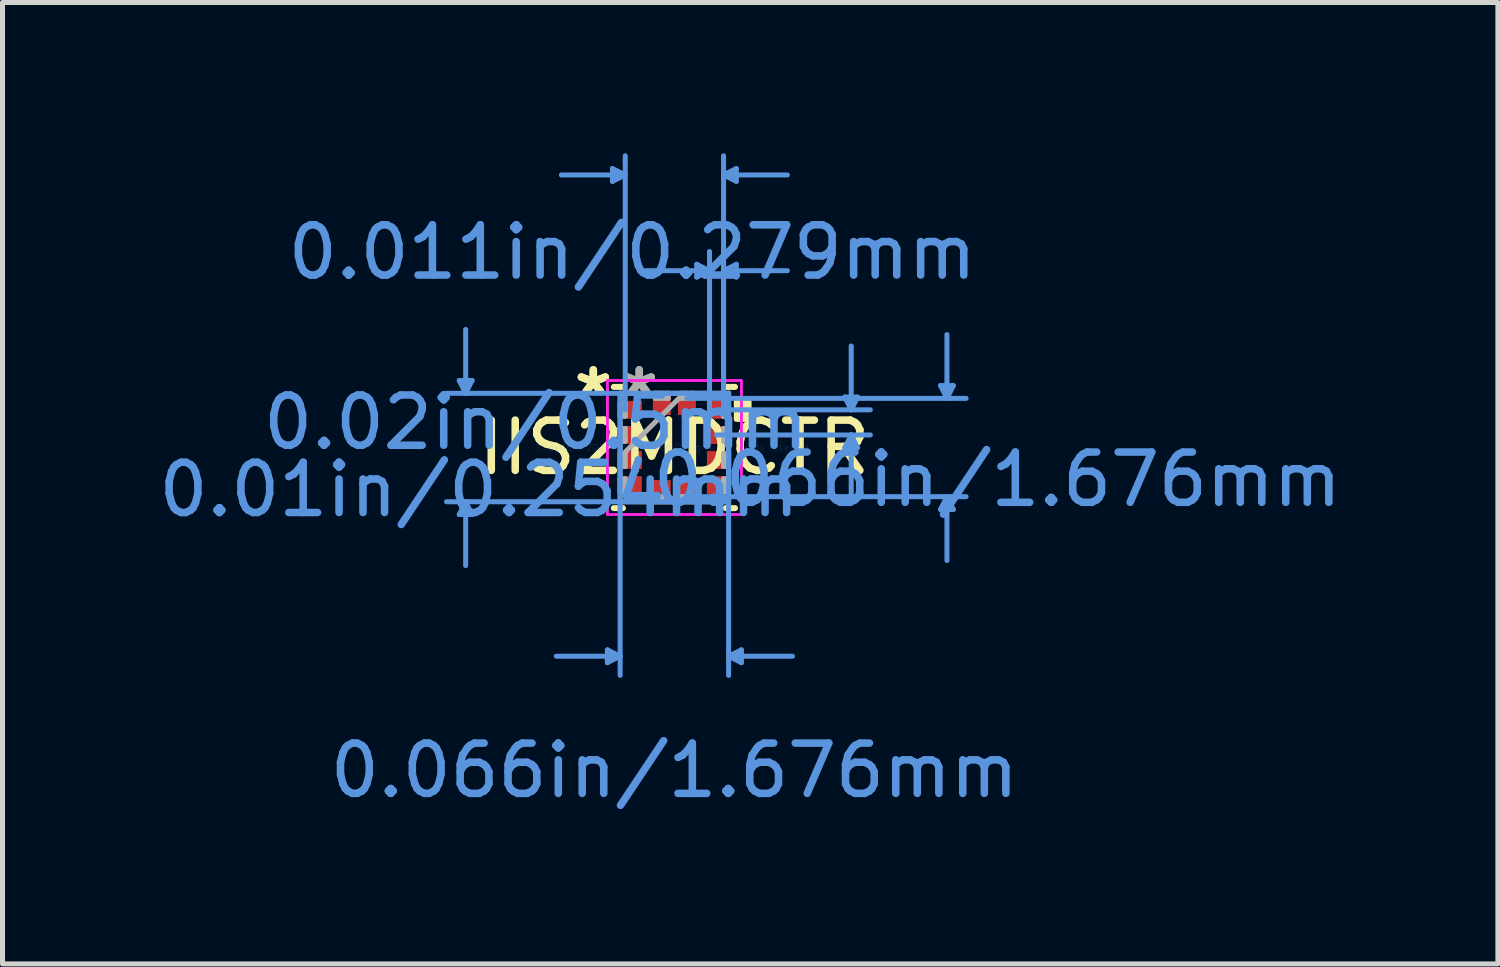
<source format=kicad_pcb>
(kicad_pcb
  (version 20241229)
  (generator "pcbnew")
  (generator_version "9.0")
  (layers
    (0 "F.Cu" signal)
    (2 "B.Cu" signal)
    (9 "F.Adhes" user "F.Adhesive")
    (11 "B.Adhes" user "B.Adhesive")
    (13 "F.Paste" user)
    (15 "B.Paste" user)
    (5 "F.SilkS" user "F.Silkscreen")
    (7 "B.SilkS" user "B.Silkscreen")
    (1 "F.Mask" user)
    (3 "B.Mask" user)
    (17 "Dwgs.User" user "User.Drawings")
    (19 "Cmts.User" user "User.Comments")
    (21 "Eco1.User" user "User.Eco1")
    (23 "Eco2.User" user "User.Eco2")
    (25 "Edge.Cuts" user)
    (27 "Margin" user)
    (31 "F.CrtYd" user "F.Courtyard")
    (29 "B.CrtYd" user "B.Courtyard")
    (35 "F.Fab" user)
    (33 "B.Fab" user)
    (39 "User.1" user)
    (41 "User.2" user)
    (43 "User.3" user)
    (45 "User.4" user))
  (footprint "IIS2MDCTR"
    (layer "F.Cu")
    (at 10.368 5.854)
    (property "Reference" "IIS2MDCTR" (at 0 0 0) (layer "F.SilkS") (effects (font (size 1 1) (thickness 0.15))))
    (attr through_hole)
    (fp_line (start -1.206 1.206) (end -1.024 1.206) (stroke (width 0.12) (type solid)) (layer "F.SilkS"))
    (fp_line (start -1.024 -1.206) (end -1.206 -1.206) (stroke (width 0.12) (type solid)) (layer "F.SilkS"))
    (fp_line (start 1.024 1.206) (end 1.206 1.206) (stroke (width 0.12) (type solid)) (layer "F.SilkS"))
    (fp_line (start 1.206 -1.206) (end 1.024 -1.206) (stroke (width 0.12) (type solid)) (layer "F.SilkS"))
    (fp_poly (pts (xy 1.486 -0.941) (xy 1.486 -0.56) (xy 1.232 -0.56) (xy 1.232 -0.941)) (stroke (width 0.1) (type solid)) (fill yes) (layer "F.SilkS"))
    (fp_line (start -4.28 -1.333) (end -4.026 -1.333) (stroke (width 0.1) (type solid)) (layer "Cmts.User"))
    (fp_line (start -4.28 1.333) (end -4.026 1.333) (stroke (width 0.1) (type solid)) (layer "Cmts.User"))
    (fp_line (start -4.153 -1.079) (end -4.28 -1.333) (stroke (width 0.1) (type solid)) (layer "Cmts.User"))
    (fp_line (start -4.153 -1.079) (end -4.153 -2.349) (stroke (width 0.1) (type solid)) (layer "Cmts.User"))
    (fp_line (start -4.153 -1.079) (end -4.026 -1.333) (stroke (width 0.1) (type solid)) (layer "Cmts.User"))
    (fp_line (start -4.153 1.079) (end -4.28 1.333) (stroke (width 0.1) (type solid)) (layer "Cmts.User"))
    (fp_line (start -4.153 1.079) (end -4.153 2.349) (stroke (width 0.1) (type solid)) (layer "Cmts.User"))
    (fp_line (start -4.153 1.079) (end -4.026 1.333) (stroke (width 0.1) (type solid)) (layer "Cmts.User"))
    (fp_line (start -1.333 4.026) (end -1.333 4.28) (stroke (width 0.1) (type solid)) (layer "Cmts.User"))
    (fp_line (start -1.232 -5.55) (end -1.232 -5.296) (stroke (width 0.1) (type solid)) (layer "Cmts.User"))
    (fp_line (start -1.079 -1.079) (end -1.079 4.534) (stroke (width 0.1) (type solid)) (layer "Cmts.User"))
    (fp_line (start -1.079 4.153) (end -2.349 4.153) (stroke (width 0.1) (type solid)) (layer "Cmts.User"))
    (fp_line (start -1.079 4.153) (end -1.333 4.026) (stroke (width 0.1) (type solid)) (layer "Cmts.User"))
    (fp_line (start -1.079 4.153) (end -1.333 4.28) (stroke (width 0.1) (type solid)) (layer "Cmts.User"))
    (fp_line (start -0.978 -5.423) (end -2.248 -5.423) (stroke (width 0.1) (type solid)) (layer "Cmts.User"))
    (fp_line (start -0.978 -5.423) (end -1.232 -5.55) (stroke (width 0.1) (type solid)) (layer "Cmts.User"))
    (fp_line (start -0.978 -5.423) (end -1.232 -5.296) (stroke (width 0.1) (type solid)) (layer "Cmts.User"))
    (fp_line (start -0.978 -0.75) (end -0.978 -5.804) (stroke (width 0.1) (type solid)) (layer "Cmts.User"))
    (fp_line (start 0.25 -0.978) (end 5.804 -0.978) (stroke (width 0.1) (type solid)) (layer "Cmts.User"))
    (fp_line (start 0.25 0.978) (end 5.804 0.978) (stroke (width 0.1) (type solid)) (layer "Cmts.User"))
    (fp_line (start 0.445 -3.645) (end 0.445 -3.391) (stroke (width 0.1) (type solid)) (layer "Cmts.User"))
    (fp_line (start 0.699 -3.518) (end -0.572 -3.518) (stroke (width 0.1) (type solid)) (layer "Cmts.User"))
    (fp_line (start 0.699 -3.518) (end 0.445 -3.645) (stroke (width 0.1) (type solid)) (layer "Cmts.User"))
    (fp_line (start 0.699 -3.518) (end 0.445 -3.391) (stroke (width 0.1) (type solid)) (layer "Cmts.User"))
    (fp_line (start 0.699 -0.75) (end 0.699 -3.899) (stroke (width 0.1) (type solid)) (layer "Cmts.User"))
    (fp_line (start 0.838 -0.75) (end 3.899 -0.75) (stroke (width 0.1) (type solid)) (layer "Cmts.User"))
    (fp_line (start 0.838 -0.25) (end 3.899 -0.25) (stroke (width 0.1) (type solid)) (layer "Cmts.User"))
    (fp_line (start 0.978 -5.423) (end 1.232 -5.55) (stroke (width 0.1) (type solid)) (layer "Cmts.User"))
    (fp_line (start 0.978 -5.423) (end 1.232 -5.296) (stroke (width 0.1) (type solid)) (layer "Cmts.User"))
    (fp_line (start 0.978 -5.423) (end 2.248 -5.423) (stroke (width 0.1) (type solid)) (layer "Cmts.User"))
    (fp_line (start 0.978 -3.518) (end 1.232 -3.645) (stroke (width 0.1) (type solid)) (layer "Cmts.User"))
    (fp_line (start 0.978 -3.518) (end 1.232 -3.391) (stroke (width 0.1) (type solid)) (layer "Cmts.User"))
    (fp_line (start 0.978 -3.518) (end 2.248 -3.518) (stroke (width 0.1) (type solid)) (layer "Cmts.User"))
    (fp_line (start 0.978 -0.75) (end 0.978 -5.804) (stroke (width 0.1) (type solid)) (layer "Cmts.User"))
    (fp_line (start 0.978 -0.75) (end 0.978 -3.899) (stroke (width 0.1) (type solid)) (layer "Cmts.User"))
    (fp_line (start 1.079 -1.079) (end -4.534 -1.079) (stroke (width 0.1) (type solid)) (layer "Cmts.User"))
    (fp_line (start 1.079 -1.079) (end 1.079 4.534) (stroke (width 0.1) (type solid)) (layer "Cmts.User"))
    (fp_line (start 1.079 1.079) (end -4.534 1.079) (stroke (width 0.1) (type solid)) (layer "Cmts.User"))
    (fp_line (start 1.079 4.153) (end 1.333 4.026) (stroke (width 0.1) (type solid)) (layer "Cmts.User"))
    (fp_line (start 1.079 4.153) (end 1.333 4.28) (stroke (width 0.1) (type solid)) (layer "Cmts.User"))
    (fp_line (start 1.079 4.153) (end 2.349 4.153) (stroke (width 0.1) (type solid)) (layer "Cmts.User"))
    (fp_line (start 1.232 -5.55) (end 1.232 -5.296) (stroke (width 0.1) (type solid)) (layer "Cmts.User"))
    (fp_line (start 1.232 -3.645) (end 1.232 -3.391) (stroke (width 0.1) (type solid)) (layer "Cmts.User"))
    (fp_line (start 1.333 4.026) (end 1.333 4.28) (stroke (width 0.1) (type solid)) (layer "Cmts.User"))
    (fp_line (start 3.391 -1.004) (end 3.645 -1.004) (stroke (width 0.1) (type solid)) (layer "Cmts.User"))
    (fp_line (start 3.391 0.004) (end 3.645 0.004) (stroke (width 0.1) (type solid)) (layer "Cmts.User"))
    (fp_line (start 3.518 -0.75) (end 3.391 -1.004) (stroke (width 0.1) (type solid)) (layer "Cmts.User"))
    (fp_line (start 3.518 -0.75) (end 3.518 -2.02) (stroke (width 0.1) (type solid)) (layer "Cmts.User"))
    (fp_line (start 3.518 -0.75) (end 3.645 -1.004) (stroke (width 0.1) (type solid)) (layer "Cmts.User"))
    (fp_line (start 3.518 -0.25) (end 3.391 0.004) (stroke (width 0.1) (type solid)) (layer "Cmts.User"))
    (fp_line (start 3.518 -0.25) (end 3.518 1.02) (stroke (width 0.1) (type solid)) (layer "Cmts.User"))
    (fp_line (start 3.518 -0.25) (end 3.645 0.004) (stroke (width 0.1) (type solid)) (layer "Cmts.User"))
    (fp_line (start 5.296 -1.232) (end 5.55 -1.232) (stroke (width 0.1) (type solid)) (layer "Cmts.User"))
    (fp_line (start 5.296 1.232) (end 5.55 1.232) (stroke (width 0.1) (type solid)) (layer "Cmts.User"))
    (fp_line (start 5.423 -0.978) (end 5.296 -1.232) (stroke (width 0.1) (type solid)) (layer "Cmts.User"))
    (fp_line (start 5.423 -0.978) (end 5.423 -2.248) (stroke (width 0.1) (type solid)) (layer "Cmts.User"))
    (fp_line (start 5.423 -0.978) (end 5.55 -1.232) (stroke (width 0.1) (type solid)) (layer "Cmts.User"))
    (fp_line (start 5.423 0.978) (end 5.296 1.232) (stroke (width 0.1) (type solid)) (layer "Cmts.User"))
    (fp_line (start 5.423 0.978) (end 5.423 2.248) (stroke (width 0.1) (type solid)) (layer "Cmts.User"))
    (fp_line (start 5.423 0.978) (end 5.55 1.232) (stroke (width 0.1) (type solid)) (layer "Cmts.User"))
    (fp_line (start -1.333 -1.333) (end -0.631 -1.333) (stroke (width 0.05) (type solid)) (layer "F.CrtYd"))
    (fp_line (start -1.333 -1.333) (end -0.631 -1.333) (stroke (width 0.05) (type solid)) (layer "F.CrtYd"))
    (fp_line (start -1.333 -1.131) (end -1.333 -1.333) (stroke (width 0.05) (type solid)) (layer "F.CrtYd"))
    (fp_line (start -1.333 -1.131) (end -1.333 -1.333) (stroke (width 0.05) (type solid)) (layer "F.CrtYd"))
    (fp_line (start -1.333 -1.131) (end -1.333 -1.131) (stroke (width 0.05) (type solid)) (layer "F.CrtYd"))
    (fp_line (start -1.333 -1.131) (end -1.333 -1.131) (stroke (width 0.05) (type solid)) (layer "F.CrtYd"))
    (fp_line (start -1.333 1.131) (end -1.333 -1.131) (stroke (width 0.05) (type solid)) (layer "F.CrtYd"))
    (fp_line (start -1.333 1.131) (end -1.333 -1.131) (stroke (width 0.05) (type solid)) (layer "F.CrtYd"))
    (fp_line (start -1.333 1.131) (end -1.333 1.131) (stroke (width 0.05) (type solid)) (layer "F.CrtYd"))
    (fp_line (start -1.333 1.131) (end -1.333 1.131) (stroke (width 0.05) (type solid)) (layer "F.CrtYd"))
    (fp_line (start -1.333 1.333) (end -1.333 1.131) (stroke (width 0.05) (type solid)) (layer "F.CrtYd"))
    (fp_line (start -1.333 1.333) (end -1.333 1.131) (stroke (width 0.05) (type solid)) (layer "F.CrtYd"))
    (fp_line (start -0.631 -1.333) (end -0.631 -1.333) (stroke (width 0.05) (type solid)) (layer "F.CrtYd"))
    (fp_line (start -0.631 -1.333) (end -0.631 -1.333) (stroke (width 0.05) (type solid)) (layer "F.CrtYd"))
    (fp_line (start -0.631 -1.333) (end 0.631 -1.333) (stroke (width 0.05) (type solid)) (layer "F.CrtYd"))
    (fp_line (start -0.631 -1.333) (end 0.631 -1.333) (stroke (width 0.05) (type solid)) (layer "F.CrtYd"))
    (fp_line (start -0.631 1.333) (end -1.333 1.333) (stroke (width 0.05) (type solid)) (layer "F.CrtYd"))
    (fp_line (start -0.631 1.333) (end -1.333 1.333) (stroke (width 0.05) (type solid)) (layer "F.CrtYd"))
    (fp_line (start -0.631 1.333) (end -0.631 1.333) (stroke (width 0.05) (type solid)) (layer "F.CrtYd"))
    (fp_line (start -0.631 1.333) (end -0.631 1.333) (stroke (width 0.05) (type solid)) (layer "F.CrtYd"))
    (fp_line (start 0.631 -1.333) (end 0.631 -1.333) (stroke (width 0.05) (type solid)) (layer "F.CrtYd"))
    (fp_line (start 0.631 -1.333) (end 0.631 -1.333) (stroke (width 0.05) (type solid)) (layer "F.CrtYd"))
    (fp_line (start 0.631 -1.333) (end 1.333 -1.333) (stroke (width 0.05) (type solid)) (layer "F.CrtYd"))
    (fp_line (start 0.631 -1.333) (end 1.333 -1.333) (stroke (width 0.05) (type solid)) (layer "F.CrtYd"))
    (fp_line (start 0.631 1.333) (end -0.631 1.333) (stroke (width 0.05) (type solid)) (layer "F.CrtYd"))
    (fp_line (start 0.631 1.333) (end -0.631 1.333) (stroke (width 0.05) (type solid)) (layer "F.CrtYd"))
    (fp_line (start 0.631 1.333) (end 0.631 1.333) (stroke (width 0.05) (type solid)) (layer "F.CrtYd"))
    (fp_line (start 0.631 1.333) (end 0.631 1.333) (stroke (width 0.05) (type solid)) (layer "F.CrtYd"))
    (fp_line (start 1.333 -1.333) (end 1.333 -1.131) (stroke (width 0.05) (type solid)) (layer "F.CrtYd"))
    (fp_line (start 1.333 -1.333) (end 1.333 -1.131) (stroke (width 0.05) (type solid)) (layer "F.CrtYd"))
    (fp_line (start 1.333 -1.131) (end 1.333 -1.131) (stroke (width 0.05) (type solid)) (layer "F.CrtYd"))
    (fp_line (start 1.333 -1.131) (end 1.333 -1.131) (stroke (width 0.05) (type solid)) (layer "F.CrtYd"))
    (fp_line (start 1.333 -1.131) (end 1.333 1.131) (stroke (width 0.05) (type solid)) (layer "F.CrtYd"))
    (fp_line (start 1.333 -1.131) (end 1.333 1.131) (stroke (width 0.05) (type solid)) (layer "F.CrtYd"))
    (fp_line (start 1.333 1.131) (end 1.333 1.131) (stroke (width 0.05) (type solid)) (layer "F.CrtYd"))
    (fp_line (start 1.333 1.131) (end 1.333 1.131) (stroke (width 0.05) (type solid)) (layer "F.CrtYd"))
    (fp_line (start 1.333 1.131) (end 1.333 1.333) (stroke (width 0.05) (type solid)) (layer "F.CrtYd"))
    (fp_line (start 1.333 1.131) (end 1.333 1.333) (stroke (width 0.05) (type solid)) (layer "F.CrtYd"))
    (fp_line (start 1.333 1.333) (end 0.631 1.333) (stroke (width 0.05) (type solid)) (layer "F.CrtYd"))
    (fp_line (start 1.333 1.333) (end 0.631 1.333) (stroke (width 0.05) (type solid)) (layer "F.CrtYd"))
    (fp_line (start -1.079 -1.079) (end -1.079 -1.079) (stroke (width 0.1) (type solid)) (layer "F.Fab"))
    (fp_line (start -1.079 -1.079) (end -1.079 1.079) (stroke (width 0.1) (type solid)) (layer "F.Fab"))
    (fp_line (start -1.079 -0.877) (end -0.978 -0.877) (stroke (width 0.1) (type solid)) (layer "F.Fab"))
    (fp_line (start -1.079 -0.623) (end -1.079 -0.877) (stroke (width 0.1) (type solid)) (layer "F.Fab"))
    (fp_line (start -1.079 -0.377) (end -0.978 -0.377) (stroke (width 0.1) (type solid)) (layer "F.Fab"))
    (fp_line (start -1.079 -0.123) (end -1.079 -0.377) (stroke (width 0.1) (type solid)) (layer "F.Fab"))
    (fp_line (start -1.079 0.123) (end -0.978 0.123) (stroke (width 0.1) (type solid)) (layer "F.Fab"))
    (fp_line (start -1.079 0.191) (end 0.191 -1.079) (stroke (width 0.1) (type solid)) (layer "F.Fab"))
    (fp_line (start -1.079 0.377) (end -1.079 0.123) (stroke (width 0.1) (type solid)) (layer "F.Fab"))
    (fp_line (start -1.079 0.623) (end -0.978 0.623) (stroke (width 0.1) (type solid)) (layer "F.Fab"))
    (fp_line (start -1.079 0.877) (end -1.079 0.623) (stroke (width 0.1) (type solid)) (layer "F.Fab"))
    (fp_line (start -1.079 1.079) (end -1.079 1.079) (stroke (width 0.1) (type solid)) (layer "F.Fab"))
    (fp_line (start -1.079 1.079) (end 1.079 1.079) (stroke (width 0.1) (type solid)) (layer "F.Fab"))
    (fp_line (start -0.978 -0.877) (end -0.978 -0.623) (stroke (width 0.1) (type solid)) (layer "F.Fab"))
    (fp_line (start -0.978 -0.623) (end -1.079 -0.623) (stroke (width 0.1) (type solid)) (layer "F.Fab"))
    (fp_line (start -0.978 -0.377) (end -0.978 -0.123) (stroke (width 0.1) (type solid)) (layer "F.Fab"))
    (fp_line (start -0.978 -0.123) (end -1.079 -0.123) (stroke (width 0.1) (type solid)) (layer "F.Fab"))
    (fp_line (start -0.978 0.123) (end -0.978 0.377) (stroke (width 0.1) (type solid)) (layer "F.Fab"))
    (fp_line (start -0.978 0.377) (end -1.079 0.377) (stroke (width 0.1) (type solid)) (layer "F.Fab"))
    (fp_line (start -0.978 0.623) (end -0.978 0.877) (stroke (width 0.1) (type solid)) (layer "F.Fab"))
    (fp_line (start -0.978 0.877) (end -1.079 0.877) (stroke (width 0.1) (type solid)) (layer "F.Fab"))
    (fp_line (start -0.377 -1.079) (end -0.123 -1.079) (stroke (width 0.1) (type solid)) (layer "F.Fab"))
    (fp_line (start -0.377 -0.978) (end -0.377 -1.079) (stroke (width 0.1) (type solid)) (layer "F.Fab"))
    (fp_line (start -0.377 0.978) (end -0.123 0.978) (stroke (width 0.1) (type solid)) (layer "F.Fab"))
    (fp_line (start -0.377 1.079) (end -0.377 0.978) (stroke (width 0.1) (type solid)) (layer "F.Fab"))
    (fp_line (start -0.123 -1.079) (end -0.123 -0.978) (stroke (width 0.1) (type solid)) (layer "F.Fab"))
    (fp_line (start -0.123 -0.978) (end -0.377 -0.978) (stroke (width 0.1) (type solid)) (layer "F.Fab"))
    (fp_line (start -0.123 0.978) (end -0.123 1.079) (stroke (width 0.1) (type solid)) (layer "F.Fab"))
    (fp_line (start -0.123 1.079) (end -0.377 1.079) (stroke (width 0.1) (type solid)) (layer "F.Fab"))
    (fp_line (start 0.123 -1.079) (end 0.377 -1.079) (stroke (width 0.1) (type solid)) (layer "F.Fab"))
    (fp_line (start 0.123 -0.978) (end 0.123 -1.079) (stroke (width 0.1) (type solid)) (layer "F.Fab"))
    (fp_line (start 0.123 0.978) (end 0.377 0.978) (stroke (width 0.1) (type solid)) (layer "F.Fab"))
    (fp_line (start 0.123 1.079) (end 0.123 0.978) (stroke (width 0.1) (type solid)) (layer "F.Fab"))
    (fp_line (start 0.377 -1.079) (end 0.377 -0.978) (stroke (width 0.1) (type solid)) (layer "F.Fab"))
    (fp_line (start 0.377 -0.978) (end 0.123 -0.978) (stroke (width 0.1) (type solid)) (layer "F.Fab"))
    (fp_line (start 0.377 0.978) (end 0.377 1.079) (stroke (width 0.1) (type solid)) (layer "F.Fab"))
    (fp_line (start 0.377 1.079) (end 0.123 1.079) (stroke (width 0.1) (type solid)) (layer "F.Fab"))
    (fp_line (start 0.978 -0.877) (end 1.079 -0.877) (stroke (width 0.1) (type solid)) (layer "F.Fab"))
    (fp_line (start 0.978 -0.623) (end 0.978 -0.877) (stroke (width 0.1) (type solid)) (layer "F.Fab"))
    (fp_line (start 0.978 -0.377) (end 1.079 -0.377) (stroke (width 0.1) (type solid)) (layer "F.Fab"))
    (fp_line (start 0.978 -0.123) (end 0.978 -0.377) (stroke (width 0.1) (type solid)) (layer "F.Fab"))
    (fp_line (start 0.978 0.123) (end 1.079 0.123) (stroke (width 0.1) (type solid)) (layer "F.Fab"))
    (fp_line (start 0.978 0.377) (end 0.978 0.123) (stroke (width 0.1) (type solid)) (layer "F.Fab"))
    (fp_line (start 0.978 0.623) (end 1.079 0.623) (stroke (width 0.1) (type solid)) (layer "F.Fab"))
    (fp_line (start 0.978 0.877) (end 0.978 0.623) (stroke (width 0.1) (type solid)) (layer "F.Fab"))
    (fp_line (start 1.079 -1.079) (end -1.079 -1.079) (stroke (width 0.1) (type solid)) (layer "F.Fab"))
    (fp_line (start 1.079 -1.079) (end 1.079 -1.079) (stroke (width 0.1) (type solid)) (layer "F.Fab"))
    (fp_line (start 1.079 -0.877) (end 1.079 -0.623) (stroke (width 0.1) (type solid)) (layer "F.Fab"))
    (fp_line (start 1.079 -0.623) (end 0.978 -0.623) (stroke (width 0.1) (type solid)) (layer "F.Fab"))
    (fp_line (start 1.079 -0.377) (end 1.079 -0.123) (stroke (width 0.1) (type solid)) (layer "F.Fab"))
    (fp_line (start 1.079 -0.123) (end 0.978 -0.123) (stroke (width 0.1) (type solid)) (layer "F.Fab"))
    (fp_line (start 1.079 0.123) (end 1.079 0.377) (stroke (width 0.1) (type solid)) (layer "F.Fab"))
    (fp_line (start 1.079 0.377) (end 0.978 0.377) (stroke (width 0.1) (type solid)) (layer "F.Fab"))
    (fp_line (start 1.079 0.623) (end 1.079 0.877) (stroke (width 0.1) (type solid)) (layer "F.Fab"))
    (fp_line (start 1.079 0.877) (end 0.978 0.877) (stroke (width 0.1) (type solid)) (layer "F.Fab"))
    (fp_line (start 1.079 1.079) (end 1.079 -1.079) (stroke (width 0.1) (type solid)) (layer "F.Fab"))
    (fp_line (start 1.079 1.079) (end 1.079 1.079) (stroke (width 0.1) (type solid)) (layer "F.Fab"))
    (fp_text user "*" (at -1.613 -1 0) (layer "F.SilkS") (effects (font (size 1 1) (thickness 0.15))))
    (fp_text user "*" (at -1.613 -1 0) (layer "F.SilkS") (effects (font (size 1 1) (thickness 0.15))))
    (fp_text user "0.066in/1.676mm" (at 6.426 0.635 0) (layer "Cmts.User") (effects (font (size 1 1) (thickness 0.15))))
    (fp_text user "Copyright 2021 Accelerated Designs. All rights reserved." (at 0 0 0) (layer "Cmts.User") (effects (font (size 0.127 0.127) (thickness 0.002))))
    (fp_text user "0.011in/0.279mm" (at -0.838 -3.886 0) (layer "Cmts.User") (effects (font (size 1 1) (thickness 0.15))))
    (fp_text user "0.02in/0.5mm" (at -2.756 -0.5 0) (layer "Cmts.User") (effects (font (size 1 1) (thickness 0.15))))
    (fp_text user "0.066in/1.676mm" (at 0 6.426 0) (layer "Cmts.User") (effects (font (size 1 1) (thickness 0.15))))
    (fp_text user "0.01in/0.254mm" (at -3.886 0.838 0) (layer "Cmts.User") (effects (font (size 1 1) (thickness 0.15))))
    (fp_text user "*" (at -0.699 -1 0) (layer "F.Fab") (effects (font (size 1 1) (thickness 0.15))))
    (fp_text user "*" (at -0.699 -1 0) (layer "F.Fab") (effects (font (size 1 1) (thickness 0.15))))
    (pad "1" smd rect (at -0.838 -0.75 90) (size 0.356 0.381) (layers "F.Cu" "F.Mask" "F.Paste"))
    (pad "2" smd rect (at -0.838 -0.25 90) (size 0.356 0.381) (layers "F.Cu" "F.Mask" "F.Paste"))
    (pad "3" smd rect (at -0.838 0.25 90) (size 0.356 0.381) (layers "F.Cu" "F.Mask" "F.Paste"))
    (pad "4" smd rect (at -0.838 0.75 90) (size 0.356 0.381) (layers "F.Cu" "F.Mask" "F.Paste"))
    (pad "5" smd rect (at -0.25 0.838) (size 0.356 0.381) (layers "F.Cu" "F.Mask" "F.Paste"))
    (pad "6" smd rect (at 0.25 0.838) (size 0.356 0.381) (layers "F.Cu" "F.Mask" "F.Paste"))
    (pad "7" smd rect (at 0.838 0.75 90) (size 0.356 0.381) (layers "F.Cu" "F.Mask" "F.Paste"))
    (pad "8" smd rect (at 0.838 0.25 90) (size 0.356 0.381) (layers "F.Cu" "F.Mask" "F.Paste"))
    (pad "9" smd rect (at 0.838 -0.25 90) (size 0.356 0.381) (layers "F.Cu" "F.Mask" "F.Paste"))
    (pad "10" smd rect (at 0.838 -0.75 90) (size 0.356 0.381) (layers "F.Cu" "F.Mask" "F.Paste"))
    (pad "11" smd rect (at 0.25 -0.838) (size 0.356 0.381) (layers "F.Cu" "F.Mask" "F.Paste"))
    (pad "12" smd rect (at -0.25 -0.838) (size 0.356 0.381) (layers "F.Cu" "F.Mask" "F.Paste")))
  (gr_rect
    (start -3 -3)
    (end 26.753 16.128)
    (stroke (width 0.1) (type default))
    (fill no)
    (layer "Edge.Cuts")))
</source>
